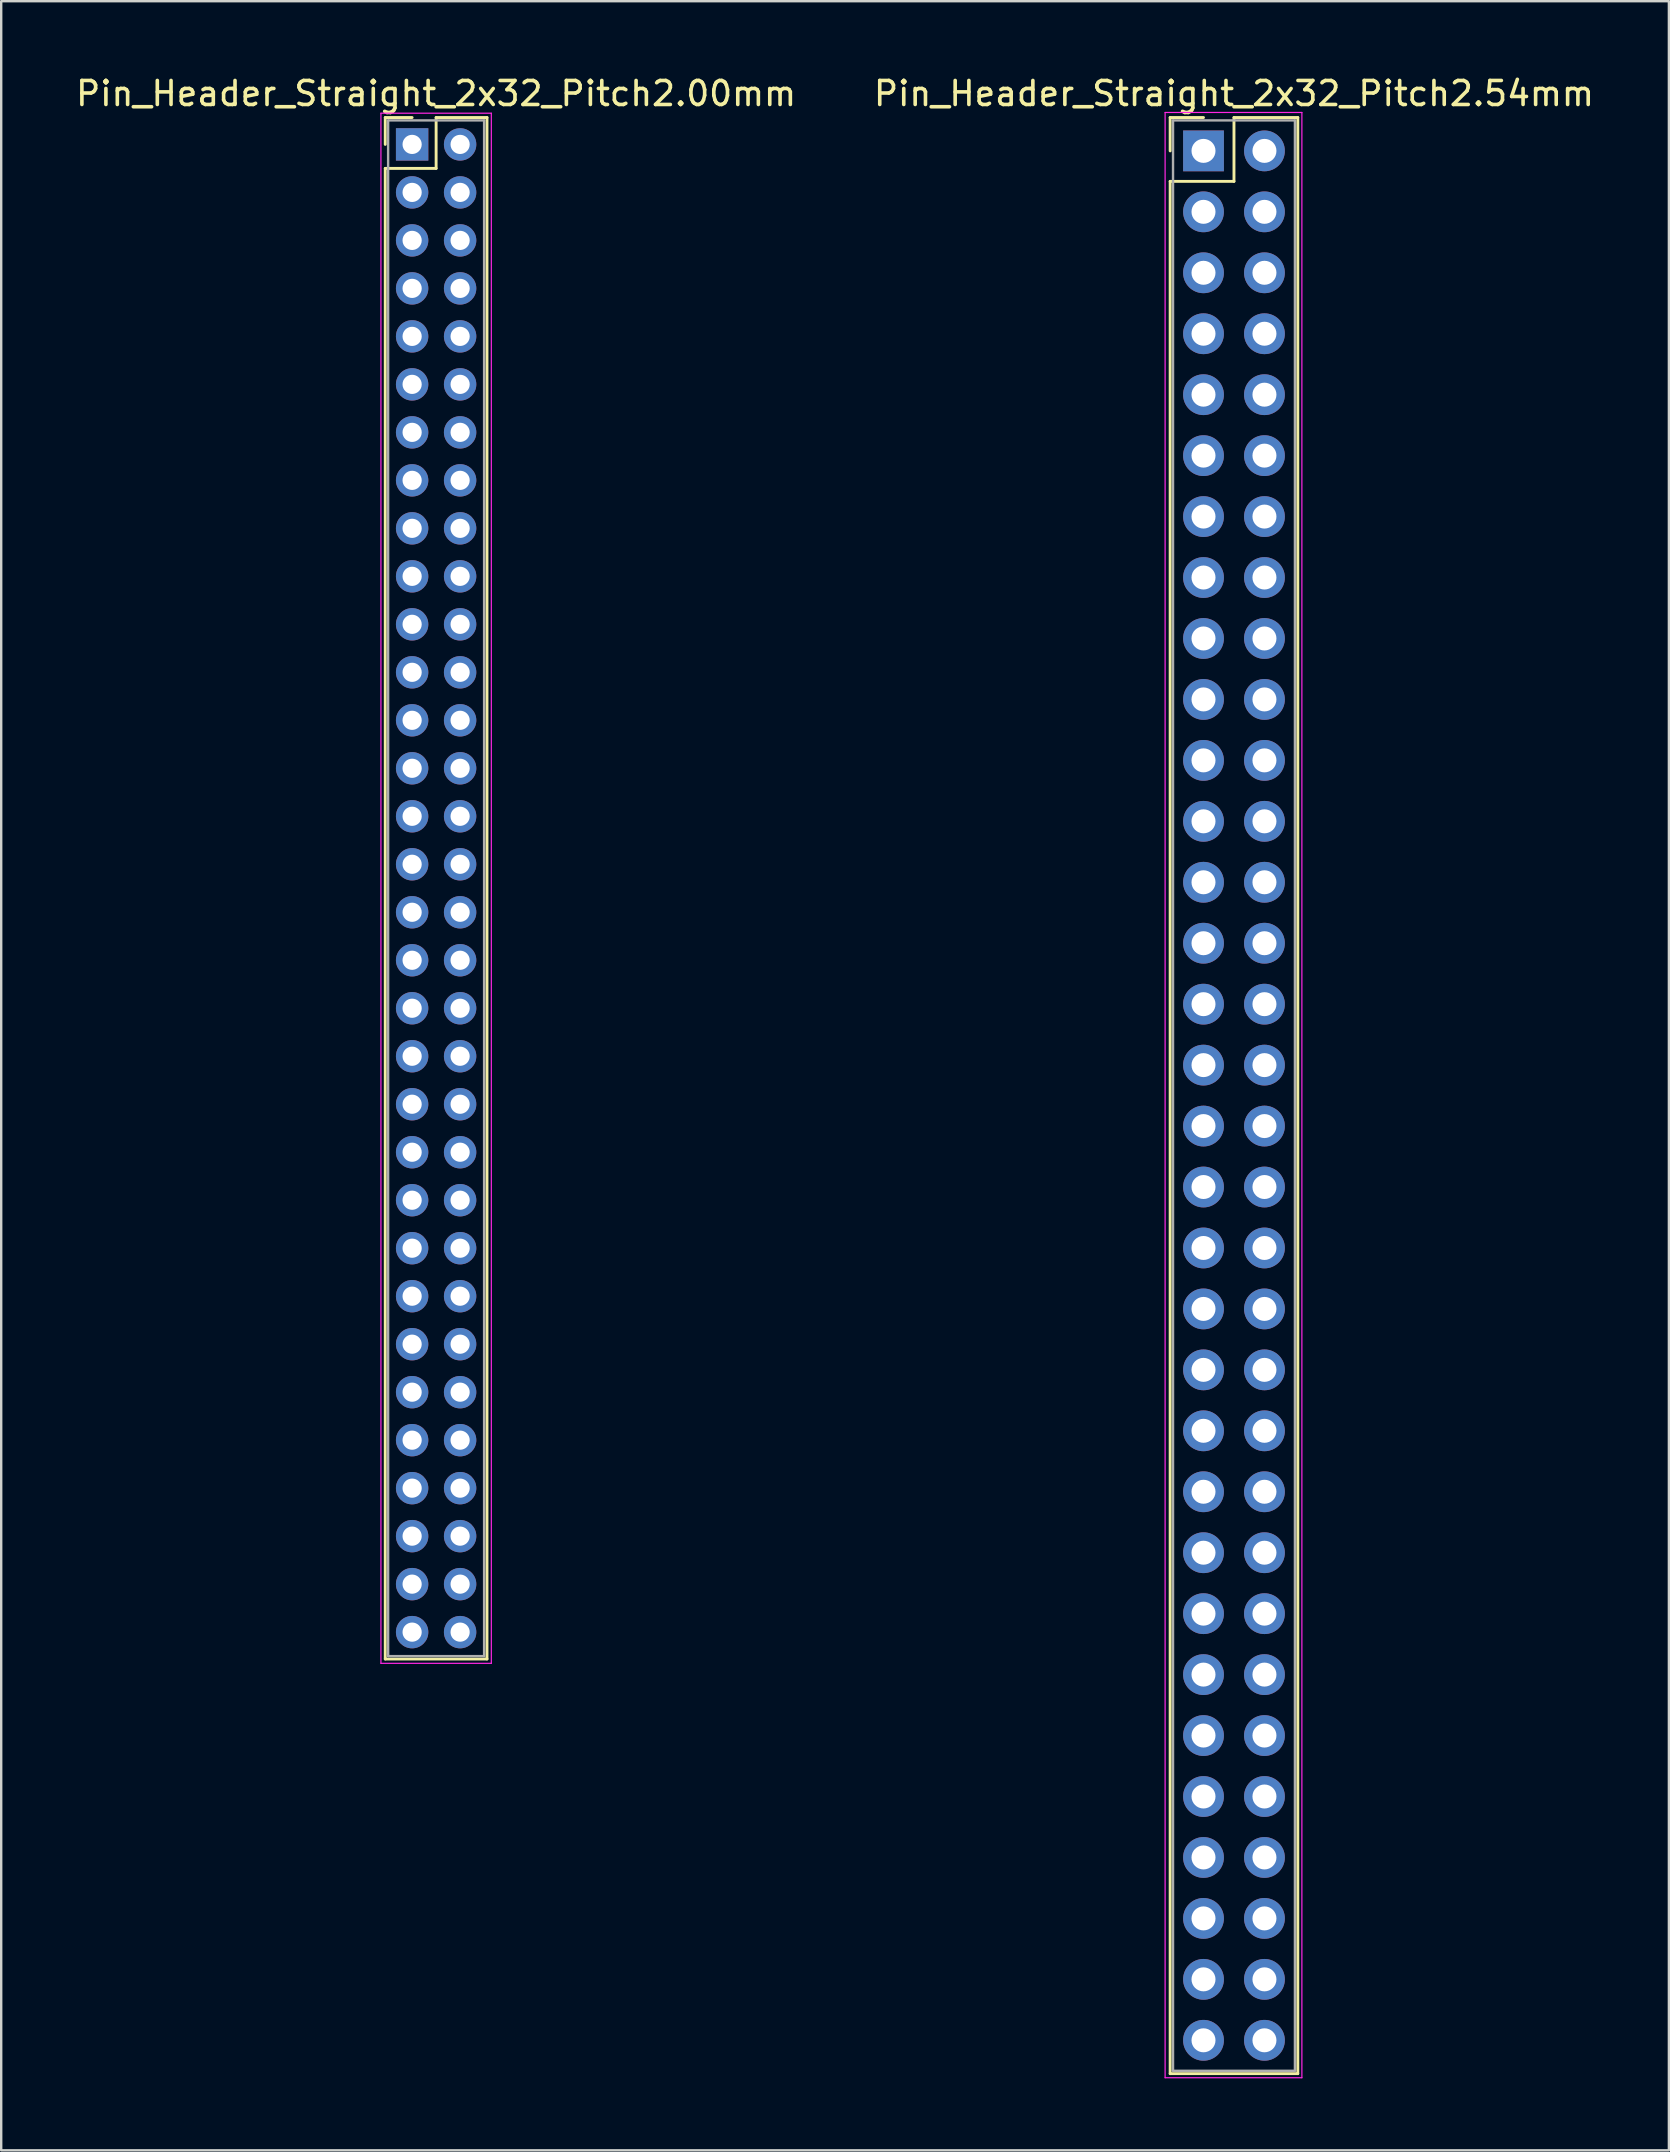
<source format=kicad_pcb>
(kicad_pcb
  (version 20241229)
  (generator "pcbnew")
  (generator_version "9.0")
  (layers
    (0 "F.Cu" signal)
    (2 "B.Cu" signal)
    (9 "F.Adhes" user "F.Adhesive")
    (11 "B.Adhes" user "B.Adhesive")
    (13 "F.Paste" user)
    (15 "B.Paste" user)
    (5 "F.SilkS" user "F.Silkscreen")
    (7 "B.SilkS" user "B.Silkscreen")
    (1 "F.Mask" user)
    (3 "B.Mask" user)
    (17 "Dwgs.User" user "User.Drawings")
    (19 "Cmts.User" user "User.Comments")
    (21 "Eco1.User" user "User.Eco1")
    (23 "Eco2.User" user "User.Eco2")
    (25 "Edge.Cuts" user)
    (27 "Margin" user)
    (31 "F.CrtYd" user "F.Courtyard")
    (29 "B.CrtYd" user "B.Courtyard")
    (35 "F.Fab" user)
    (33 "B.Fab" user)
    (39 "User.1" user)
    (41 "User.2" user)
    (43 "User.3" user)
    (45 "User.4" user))
  (footprint "Pin_Header_Straight_2x32_Pitch2.54mm"
    (layer "F.Cu")
    (at 47.105 3.238)
    (property "Reference" "Pin_Header_Straight_2x32_Pitch2.54mm" (at 1.27 -2.39 0) (layer "F.SilkS") (effects (font (size 1 1) (thickness 0.15))))
    (attr through_hole)
    (fp_line (start -1.39 -1.39) (end 0 -1.39) (stroke (width 0.12) (type solid)) (layer "F.SilkS"))
    (fp_line (start -1.39 0) (end -1.39 -1.39) (stroke (width 0.12) (type solid)) (layer "F.SilkS"))
    (fp_line (start -1.39 1.27) (end -1.39 80.13) (stroke (width 0.12) (type solid)) (layer "F.SilkS"))
    (fp_line (start -1.39 80.13) (end 3.93 80.13) (stroke (width 0.12) (type solid)) (layer "F.SilkS"))
    (fp_line (start 1.27 -1.39) (end 1.27 1.27) (stroke (width 0.12) (type solid)) (layer "F.SilkS"))
    (fp_line (start 1.27 1.27) (end -1.39 1.27) (stroke (width 0.12) (type solid)) (layer "F.SilkS"))
    (fp_line (start 3.93 -1.39) (end 1.27 -1.39) (stroke (width 0.12) (type solid)) (layer "F.SilkS"))
    (fp_line (start 3.93 80.13) (end 3.93 -1.39) (stroke (width 0.12) (type solid)) (layer "F.SilkS"))
    (fp_line (start -1.6 -1.6) (end -1.6 80.3) (stroke (width 0.05) (type solid)) (layer "F.CrtYd"))
    (fp_line (start -1.6 80.3) (end 4.1 80.3) (stroke (width 0.05) (type solid)) (layer "F.CrtYd"))
    (fp_line (start 4.1 -1.6) (end -1.6 -1.6) (stroke (width 0.05) (type solid)) (layer "F.CrtYd"))
    (fp_line (start 4.1 80.3) (end 4.1 -1.6) (stroke (width 0.05) (type solid)) (layer "F.CrtYd"))
    (fp_line (start -1.27 -1.27) (end -1.27 80.01) (stroke (width 0.1) (type solid)) (layer "F.Fab"))
    (fp_line (start -1.27 80.01) (end 3.81 80.01) (stroke (width 0.1) (type solid)) (layer "F.Fab"))
    (fp_line (start 3.81 -1.27) (end -1.27 -1.27) (stroke (width 0.1) (type solid)) (layer "F.Fab"))
    (fp_line (start 3.81 80.01) (end 3.81 -1.27) (stroke (width 0.1) (type solid)) (layer "F.Fab"))
    (pad "1" thru_hole rect (at 0 0) (size 1.7 1.7) (drill 1) (layers "*.Cu" "*.Mask"))
    (pad "2" thru_hole oval (at 2.54 0) (size 1.7 1.7) (drill 1) (layers "*.Cu" "*.Mask"))
    (pad "3" thru_hole oval (at 0 2.54) (size 1.7 1.7) (drill 1) (layers "*.Cu" "*.Mask"))
    (pad "4" thru_hole oval (at 2.54 2.54) (size 1.7 1.7) (drill 1) (layers "*.Cu" "*.Mask"))
    (pad "5" thru_hole oval (at 0 5.08) (size 1.7 1.7) (drill 1) (layers "*.Cu" "*.Mask"))
    (pad "6" thru_hole oval (at 2.54 5.08) (size 1.7 1.7) (drill 1) (layers "*.Cu" "*.Mask"))
    (pad "7" thru_hole oval (at 0 7.62) (size 1.7 1.7) (drill 1) (layers "*.Cu" "*.Mask"))
    (pad "8" thru_hole oval (at 2.54 7.62) (size 1.7 1.7) (drill 1) (layers "*.Cu" "*.Mask"))
    (pad "9" thru_hole oval (at 0 10.16) (size 1.7 1.7) (drill 1) (layers "*.Cu" "*.Mask"))
    (pad "10" thru_hole oval (at 2.54 10.16) (size 1.7 1.7) (drill 1) (layers "*.Cu" "*.Mask"))
    (pad "11" thru_hole oval (at 0 12.7) (size 1.7 1.7) (drill 1) (layers "*.Cu" "*.Mask"))
    (pad "12" thru_hole oval (at 2.54 12.7) (size 1.7 1.7) (drill 1) (layers "*.Cu" "*.Mask"))
    (pad "13" thru_hole oval (at 0 15.24) (size 1.7 1.7) (drill 1) (layers "*.Cu" "*.Mask"))
    (pad "14" thru_hole oval (at 2.54 15.24) (size 1.7 1.7) (drill 1) (layers "*.Cu" "*.Mask"))
    (pad "15" thru_hole oval (at 0 17.78) (size 1.7 1.7) (drill 1) (layers "*.Cu" "*.Mask"))
    (pad "16" thru_hole oval (at 2.54 17.78) (size 1.7 1.7) (drill 1) (layers "*.Cu" "*.Mask"))
    (pad "17" thru_hole oval (at 0 20.32) (size 1.7 1.7) (drill 1) (layers "*.Cu" "*.Mask"))
    (pad "18" thru_hole oval (at 2.54 20.32) (size 1.7 1.7) (drill 1) (layers "*.Cu" "*.Mask"))
    (pad "19" thru_hole oval (at 0 22.86) (size 1.7 1.7) (drill 1) (layers "*.Cu" "*.Mask"))
    (pad "20" thru_hole oval (at 2.54 22.86) (size 1.7 1.7) (drill 1) (layers "*.Cu" "*.Mask"))
    (pad "21" thru_hole oval (at 0 25.4) (size 1.7 1.7) (drill 1) (layers "*.Cu" "*.Mask"))
    (pad "22" thru_hole oval (at 2.54 25.4) (size 1.7 1.7) (drill 1) (layers "*.Cu" "*.Mask"))
    (pad "23" thru_hole oval (at 0 27.94) (size 1.7 1.7) (drill 1) (layers "*.Cu" "*.Mask"))
    (pad "24" thru_hole oval (at 2.54 27.94) (size 1.7 1.7) (drill 1) (layers "*.Cu" "*.Mask"))
    (pad "25" thru_hole oval (at 0 30.48) (size 1.7 1.7) (drill 1) (layers "*.Cu" "*.Mask"))
    (pad "26" thru_hole oval (at 2.54 30.48) (size 1.7 1.7) (drill 1) (layers "*.Cu" "*.Mask"))
    (pad "27" thru_hole oval (at 0 33.02) (size 1.7 1.7) (drill 1) (layers "*.Cu" "*.Mask"))
    (pad "28" thru_hole oval (at 2.54 33.02) (size 1.7 1.7) (drill 1) (layers "*.Cu" "*.Mask"))
    (pad "29" thru_hole oval (at 0 35.56) (size 1.7 1.7) (drill 1) (layers "*.Cu" "*.Mask"))
    (pad "30" thru_hole oval (at 2.54 35.56) (size 1.7 1.7) (drill 1) (layers "*.Cu" "*.Mask"))
    (pad "31" thru_hole oval (at 0 38.1) (size 1.7 1.7) (drill 1) (layers "*.Cu" "*.Mask"))
    (pad "32" thru_hole oval (at 2.54 38.1) (size 1.7 1.7) (drill 1) (layers "*.Cu" "*.Mask"))
    (pad "33" thru_hole oval (at 0 40.64) (size 1.7 1.7) (drill 1) (layers "*.Cu" "*.Mask"))
    (pad "34" thru_hole oval (at 2.54 40.64) (size 1.7 1.7) (drill 1) (layers "*.Cu" "*.Mask"))
    (pad "35" thru_hole oval (at 0 43.18) (size 1.7 1.7) (drill 1) (layers "*.Cu" "*.Mask"))
    (pad "36" thru_hole oval (at 2.54 43.18) (size 1.7 1.7) (drill 1) (layers "*.Cu" "*.Mask"))
    (pad "37" thru_hole oval (at 0 45.72) (size 1.7 1.7) (drill 1) (layers "*.Cu" "*.Mask"))
    (pad "38" thru_hole oval (at 2.54 45.72) (size 1.7 1.7) (drill 1) (layers "*.Cu" "*.Mask"))
    (pad "39" thru_hole oval (at 0 48.26) (size 1.7 1.7) (drill 1) (layers "*.Cu" "*.Mask"))
    (pad "40" thru_hole oval (at 2.54 48.26) (size 1.7 1.7) (drill 1) (layers "*.Cu" "*.Mask"))
    (pad "41" thru_hole oval (at 0 50.8) (size 1.7 1.7) (drill 1) (layers "*.Cu" "*.Mask"))
    (pad "42" thru_hole oval (at 2.54 50.8) (size 1.7 1.7) (drill 1) (layers "*.Cu" "*.Mask"))
    (pad "43" thru_hole oval (at 0 53.34) (size 1.7 1.7) (drill 1) (layers "*.Cu" "*.Mask"))
    (pad "44" thru_hole oval (at 2.54 53.34) (size 1.7 1.7) (drill 1) (layers "*.Cu" "*.Mask"))
    (pad "45" thru_hole oval (at 0 55.88) (size 1.7 1.7) (drill 1) (layers "*.Cu" "*.Mask"))
    (pad "46" thru_hole oval (at 2.54 55.88) (size 1.7 1.7) (drill 1) (layers "*.Cu" "*.Mask"))
    (pad "47" thru_hole oval (at 0 58.42) (size 1.7 1.7) (drill 1) (layers "*.Cu" "*.Mask"))
    (pad "48" thru_hole oval (at 2.54 58.42) (size 1.7 1.7) (drill 1) (layers "*.Cu" "*.Mask"))
    (pad "49" thru_hole oval (at 0 60.96) (size 1.7 1.7) (drill 1) (layers "*.Cu" "*.Mask"))
    (pad "50" thru_hole oval (at 2.54 60.96) (size 1.7 1.7) (drill 1) (layers "*.Cu" "*.Mask"))
    (pad "51" thru_hole oval (at 0 63.5) (size 1.7 1.7) (drill 1) (layers "*.Cu" "*.Mask"))
    (pad "52" thru_hole oval (at 2.54 63.5) (size 1.7 1.7) (drill 1) (layers "*.Cu" "*.Mask"))
    (pad "53" thru_hole oval (at 0 66.04) (size 1.7 1.7) (drill 1) (layers "*.Cu" "*.Mask"))
    (pad "54" thru_hole oval (at 2.54 66.04) (size 1.7 1.7) (drill 1) (layers "*.Cu" "*.Mask"))
    (pad "55" thru_hole oval (at 0 68.58) (size 1.7 1.7) (drill 1) (layers "*.Cu" "*.Mask"))
    (pad "56" thru_hole oval (at 2.54 68.58) (size 1.7 1.7) (drill 1) (layers "*.Cu" "*.Mask"))
    (pad "57" thru_hole oval (at 0 71.12) (size 1.7 1.7) (drill 1) (layers "*.Cu" "*.Mask"))
    (pad "58" thru_hole oval (at 2.54 71.12) (size 1.7 1.7) (drill 1) (layers "*.Cu" "*.Mask"))
    (pad "59" thru_hole oval (at 0 73.66) (size 1.7 1.7) (drill 1) (layers "*.Cu" "*.Mask"))
    (pad "60" thru_hole oval (at 2.54 73.66) (size 1.7 1.7) (drill 1) (layers "*.Cu" "*.Mask"))
    (pad "61" thru_hole oval (at 0 76.2) (size 1.7 1.7) (drill 1) (layers "*.Cu" "*.Mask"))
    (pad "62" thru_hole oval (at 2.54 76.2) (size 1.7 1.7) (drill 1) (layers "*.Cu" "*.Mask"))
    (pad "63" thru_hole oval (at 0 78.74) (size 1.7 1.7) (drill 1) (layers "*.Cu" "*.Mask"))
    (pad "64" thru_hole oval (at 2.54 78.74) (size 1.7 1.7) (drill 1) (layers "*.Cu" "*.Mask")))
  (footprint "Pin_Header_Straight_2x32_Pitch2.00mm"
    (layer "F.Cu")
    (at 14.125 2.968)
    (property "Reference" "Pin_Header_Straight_2x32_Pitch2.00mm" (at 1 -2.12 0) (layer "F.SilkS") (effects (font (size 1 1) (thickness 0.15))))
    (attr through_hole)
    (fp_line (start -1.12 -1.12) (end 0 -1.12) (stroke (width 0.12) (type solid)) (layer "F.SilkS"))
    (fp_line (start -1.12 0) (end -1.12 -1.12) (stroke (width 0.12) (type solid)) (layer "F.SilkS"))
    (fp_line (start -1.12 1) (end -1.12 63.12) (stroke (width 0.12) (type solid)) (layer "F.SilkS"))
    (fp_line (start -1.12 63.12) (end 3.12 63.12) (stroke (width 0.12) (type solid)) (layer "F.SilkS"))
    (fp_line (start 1 -1.12) (end 1 1) (stroke (width 0.12) (type solid)) (layer "F.SilkS"))
    (fp_line (start 1 1) (end -1.12 1) (stroke (width 0.12) (type solid)) (layer "F.SilkS"))
    (fp_line (start 3.12 -1.12) (end 1 -1.12) (stroke (width 0.12) (type solid)) (layer "F.SilkS"))
    (fp_line (start 3.12 63.12) (end 3.12 -1.12) (stroke (width 0.12) (type solid)) (layer "F.SilkS"))
    (fp_line (start -1.3 -1.3) (end -1.3 63.3) (stroke (width 0.05) (type solid)) (layer "F.CrtYd"))
    (fp_line (start -1.3 63.3) (end 3.3 63.3) (stroke (width 0.05) (type solid)) (layer "F.CrtYd"))
    (fp_line (start 3.3 -1.3) (end -1.3 -1.3) (stroke (width 0.05) (type solid)) (layer "F.CrtYd"))
    (fp_line (start 3.3 63.3) (end 3.3 -1.3) (stroke (width 0.05) (type solid)) (layer "F.CrtYd"))
    (fp_line (start -1 -1) (end -1 63) (stroke (width 0.1) (type solid)) (layer "F.Fab"))
    (fp_line (start -1 63) (end 3 63) (stroke (width 0.1) (type solid)) (layer "F.Fab"))
    (fp_line (start 3 -1) (end -1 -1) (stroke (width 0.1) (type solid)) (layer "F.Fab"))
    (fp_line (start 3 63) (end 3 -1) (stroke (width 0.1) (type solid)) (layer "F.Fab"))
    (pad "1" thru_hole rect (at 0 0) (size 1.35 1.35) (drill 0.8) (layers "*.Cu" "*.Mask"))
    (pad "2" thru_hole oval (at 2 0) (size 1.35 1.35) (drill 0.8) (layers "*.Cu" "*.Mask"))
    (pad "3" thru_hole oval (at 0 2) (size 1.35 1.35) (drill 0.8) (layers "*.Cu" "*.Mask"))
    (pad "4" thru_hole oval (at 2 2) (size 1.35 1.35) (drill 0.8) (layers "*.Cu" "*.Mask"))
    (pad "5" thru_hole oval (at 0 4) (size 1.35 1.35) (drill 0.8) (layers "*.Cu" "*.Mask"))
    (pad "6" thru_hole oval (at 2 4) (size 1.35 1.35) (drill 0.8) (layers "*.Cu" "*.Mask"))
    (pad "7" thru_hole oval (at 0 6) (size 1.35 1.35) (drill 0.8) (layers "*.Cu" "*.Mask"))
    (pad "8" thru_hole oval (at 2 6) (size 1.35 1.35) (drill 0.8) (layers "*.Cu" "*.Mask"))
    (pad "9" thru_hole oval (at 0 8) (size 1.35 1.35) (drill 0.8) (layers "*.Cu" "*.Mask"))
    (pad "10" thru_hole oval (at 2 8) (size 1.35 1.35) (drill 0.8) (layers "*.Cu" "*.Mask"))
    (pad "11" thru_hole oval (at 0 10) (size 1.35 1.35) (drill 0.8) (layers "*.Cu" "*.Mask"))
    (pad "12" thru_hole oval (at 2 10) (size 1.35 1.35) (drill 0.8) (layers "*.Cu" "*.Mask"))
    (pad "13" thru_hole oval (at 0 12) (size 1.35 1.35) (drill 0.8) (layers "*.Cu" "*.Mask"))
    (pad "14" thru_hole oval (at 2 12) (size 1.35 1.35) (drill 0.8) (layers "*.Cu" "*.Mask"))
    (pad "15" thru_hole oval (at 0 14) (size 1.35 1.35) (drill 0.8) (layers "*.Cu" "*.Mask"))
    (pad "16" thru_hole oval (at 2 14) (size 1.35 1.35) (drill 0.8) (layers "*.Cu" "*.Mask"))
    (pad "17" thru_hole oval (at 0 16) (size 1.35 1.35) (drill 0.8) (layers "*.Cu" "*.Mask"))
    (pad "18" thru_hole oval (at 2 16) (size 1.35 1.35) (drill 0.8) (layers "*.Cu" "*.Mask"))
    (pad "19" thru_hole oval (at 0 18) (size 1.35 1.35) (drill 0.8) (layers "*.Cu" "*.Mask"))
    (pad "20" thru_hole oval (at 2 18) (size 1.35 1.35) (drill 0.8) (layers "*.Cu" "*.Mask"))
    (pad "21" thru_hole oval (at 0 20) (size 1.35 1.35) (drill 0.8) (layers "*.Cu" "*.Mask"))
    (pad "22" thru_hole oval (at 2 20) (size 1.35 1.35) (drill 0.8) (layers "*.Cu" "*.Mask"))
    (pad "23" thru_hole oval (at 0 22) (size 1.35 1.35) (drill 0.8) (layers "*.Cu" "*.Mask"))
    (pad "24" thru_hole oval (at 2 22) (size 1.35 1.35) (drill 0.8) (layers "*.Cu" "*.Mask"))
    (pad "25" thru_hole oval (at 0 24) (size 1.35 1.35) (drill 0.8) (layers "*.Cu" "*.Mask"))
    (pad "26" thru_hole oval (at 2 24) (size 1.35 1.35) (drill 0.8) (layers "*.Cu" "*.Mask"))
    (pad "27" thru_hole oval (at 0 26) (size 1.35 1.35) (drill 0.8) (layers "*.Cu" "*.Mask"))
    (pad "28" thru_hole oval (at 2 26) (size 1.35 1.35) (drill 0.8) (layers "*.Cu" "*.Mask"))
    (pad "29" thru_hole oval (at 0 28) (size 1.35 1.35) (drill 0.8) (layers "*.Cu" "*.Mask"))
    (pad "30" thru_hole oval (at 2 28) (size 1.35 1.35) (drill 0.8) (layers "*.Cu" "*.Mask"))
    (pad "31" thru_hole oval (at 0 30) (size 1.35 1.35) (drill 0.8) (layers "*.Cu" "*.Mask"))
    (pad "32" thru_hole oval (at 2 30) (size 1.35 1.35) (drill 0.8) (layers "*.Cu" "*.Mask"))
    (pad "33" thru_hole oval (at 0 32) (size 1.35 1.35) (drill 0.8) (layers "*.Cu" "*.Mask"))
    (pad "34" thru_hole oval (at 2 32) (size 1.35 1.35) (drill 0.8) (layers "*.Cu" "*.Mask"))
    (pad "35" thru_hole oval (at 0 34) (size 1.35 1.35) (drill 0.8) (layers "*.Cu" "*.Mask"))
    (pad "36" thru_hole oval (at 2 34) (size 1.35 1.35) (drill 0.8) (layers "*.Cu" "*.Mask"))
    (pad "37" thru_hole oval (at 0 36) (size 1.35 1.35) (drill 0.8) (layers "*.Cu" "*.Mask"))
    (pad "38" thru_hole oval (at 2 36) (size 1.35 1.35) (drill 0.8) (layers "*.Cu" "*.Mask"))
    (pad "39" thru_hole oval (at 0 38) (size 1.35 1.35) (drill 0.8) (layers "*.Cu" "*.Mask"))
    (pad "40" thru_hole oval (at 2 38) (size 1.35 1.35) (drill 0.8) (layers "*.Cu" "*.Mask"))
    (pad "41" thru_hole oval (at 0 40) (size 1.35 1.35) (drill 0.8) (layers "*.Cu" "*.Mask"))
    (pad "42" thru_hole oval (at 2 40) (size 1.35 1.35) (drill 0.8) (layers "*.Cu" "*.Mask"))
    (pad "43" thru_hole oval (at 0 42) (size 1.35 1.35) (drill 0.8) (layers "*.Cu" "*.Mask"))
    (pad "44" thru_hole oval (at 2 42) (size 1.35 1.35) (drill 0.8) (layers "*.Cu" "*.Mask"))
    (pad "45" thru_hole oval (at 0 44) (size 1.35 1.35) (drill 0.8) (layers "*.Cu" "*.Mask"))
    (pad "46" thru_hole oval (at 2 44) (size 1.35 1.35) (drill 0.8) (layers "*.Cu" "*.Mask"))
    (pad "47" thru_hole oval (at 0 46) (size 1.35 1.35) (drill 0.8) (layers "*.Cu" "*.Mask"))
    (pad "48" thru_hole oval (at 2 46) (size 1.35 1.35) (drill 0.8) (layers "*.Cu" "*.Mask"))
    (pad "49" thru_hole oval (at 0 48) (size 1.35 1.35) (drill 0.8) (layers "*.Cu" "*.Mask"))
    (pad "50" thru_hole oval (at 2 48) (size 1.35 1.35) (drill 0.8) (layers "*.Cu" "*.Mask"))
    (pad "51" thru_hole oval (at 0 50) (size 1.35 1.35) (drill 0.8) (layers "*.Cu" "*.Mask"))
    (pad "52" thru_hole oval (at 2 50) (size 1.35 1.35) (drill 0.8) (layers "*.Cu" "*.Mask"))
    (pad "53" thru_hole oval (at 0 52) (size 1.35 1.35) (drill 0.8) (layers "*.Cu" "*.Mask"))
    (pad "54" thru_hole oval (at 2 52) (size 1.35 1.35) (drill 0.8) (layers "*.Cu" "*.Mask"))
    (pad "55" thru_hole oval (at 0 54) (size 1.35 1.35) (drill 0.8) (layers "*.Cu" "*.Mask"))
    (pad "56" thru_hole oval (at 2 54) (size 1.35 1.35) (drill 0.8) (layers "*.Cu" "*.Mask"))
    (pad "57" thru_hole oval (at 0 56) (size 1.35 1.35) (drill 0.8) (layers "*.Cu" "*.Mask"))
    (pad "58" thru_hole oval (at 2 56) (size 1.35 1.35) (drill 0.8) (layers "*.Cu" "*.Mask"))
    (pad "59" thru_hole oval (at 0 58) (size 1.35 1.35) (drill 0.8) (layers "*.Cu" "*.Mask"))
    (pad "60" thru_hole oval (at 2 58) (size 1.35 1.35) (drill 0.8) (layers "*.Cu" "*.Mask"))
    (pad "61" thru_hole oval (at 0 60) (size 1.35 1.35) (drill 0.8) (layers "*.Cu" "*.Mask"))
    (pad "62" thru_hole oval (at 2 60) (size 1.35 1.35) (drill 0.8) (layers "*.Cu" "*.Mask"))
    (pad "63" thru_hole oval (at 0 62) (size 1.35 1.35) (drill 0.8) (layers "*.Cu" "*.Mask"))
    (pad "64" thru_hole oval (at 2 62) (size 1.35 1.35) (drill 0.8) (layers "*.Cu" "*.Mask")))
  (gr_rect
    (start -3 -3)
    (end 66.5 86.563)
    (stroke (width 0.1) (type default))
    (fill no)
    (layer "Edge.Cuts")))
</source>
